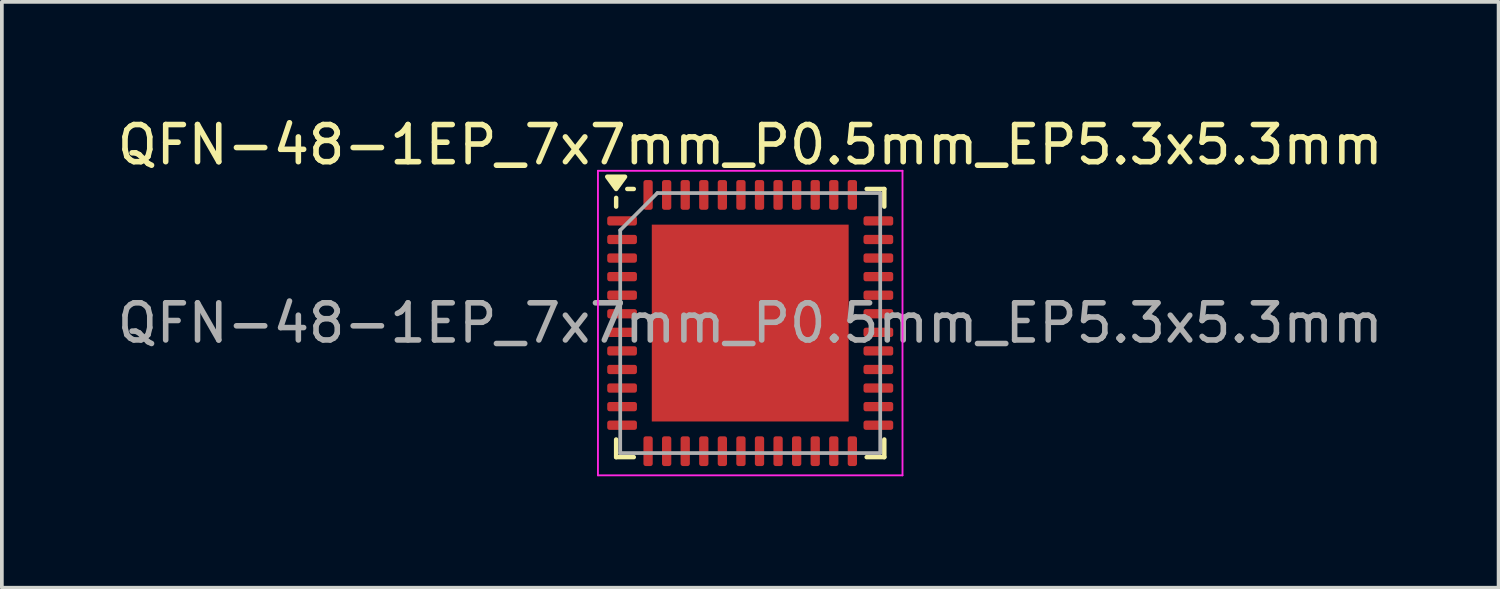
<source format=kicad_pcb>
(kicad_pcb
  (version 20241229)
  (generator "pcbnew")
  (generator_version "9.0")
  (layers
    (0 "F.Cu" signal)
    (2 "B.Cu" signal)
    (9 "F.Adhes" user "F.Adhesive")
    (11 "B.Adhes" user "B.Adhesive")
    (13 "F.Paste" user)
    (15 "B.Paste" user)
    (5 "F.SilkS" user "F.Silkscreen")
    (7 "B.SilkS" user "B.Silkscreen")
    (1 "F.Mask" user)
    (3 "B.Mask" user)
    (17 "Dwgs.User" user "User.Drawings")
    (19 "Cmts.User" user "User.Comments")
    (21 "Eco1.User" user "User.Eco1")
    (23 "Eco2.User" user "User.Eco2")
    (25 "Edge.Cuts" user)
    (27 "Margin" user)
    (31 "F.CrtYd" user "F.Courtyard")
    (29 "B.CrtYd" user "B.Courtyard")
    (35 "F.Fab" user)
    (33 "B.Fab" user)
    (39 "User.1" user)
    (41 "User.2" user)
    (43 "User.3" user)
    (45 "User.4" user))
  (footprint "QFN-48-1EP_7x7mm_P0.5mm_EP5.3x5.3mm"
    (layer "F.Cu")
    (at 17.149 5.648)
    (property "Reference" "QFN-48-1EP_7x7mm_P0.5mm_EP5.3x5.3mm" (at 0 -4.8 0) (layer "F.SilkS") (effects (font (size 1 1) (thickness 0.15))))
    (attr smd)
    (fp_line (start -3.61 -3.135) (end -3.61 -3.37) (stroke (width 0.12) (type solid)) (layer "F.SilkS"))
    (fp_line (start -3.61 3.61) (end -3.61 3.135) (stroke (width 0.12) (type solid)) (layer "F.SilkS"))
    (fp_line (start -3.135 -3.61) (end -3.31 -3.61) (stroke (width 0.12) (type solid)) (layer "F.SilkS"))
    (fp_line (start -3.135 3.61) (end -3.61 3.61) (stroke (width 0.12) (type solid)) (layer "F.SilkS"))
    (fp_line (start 3.135 -3.61) (end 3.61 -3.61) (stroke (width 0.12) (type solid)) (layer "F.SilkS"))
    (fp_line (start 3.135 3.61) (end 3.61 3.61) (stroke (width 0.12) (type solid)) (layer "F.SilkS"))
    (fp_line (start 3.61 -3.61) (end 3.61 -3.135) (stroke (width 0.12) (type solid)) (layer "F.SilkS"))
    (fp_line (start 3.61 3.61) (end 3.61 3.135) (stroke (width 0.12) (type solid)) (layer "F.SilkS"))
    (fp_poly (pts (xy -3.61 -3.61) (xy -3.85 -3.94) (xy -3.37 -3.94) (xy -3.61 -3.61)) (stroke (width 0.12) (type solid)) (fill yes) (layer "F.SilkS"))
    (fp_line (start -4.1 -4.1) (end -4.1 4.1) (stroke (width 0.05) (type solid)) (layer "F.CrtYd"))
    (fp_line (start -4.1 4.1) (end 4.1 4.1) (stroke (width 0.05) (type solid)) (layer "F.CrtYd"))
    (fp_line (start 4.1 -4.1) (end -4.1 -4.1) (stroke (width 0.05) (type solid)) (layer "F.CrtYd"))
    (fp_line (start 4.1 4.1) (end 4.1 -4.1) (stroke (width 0.05) (type solid)) (layer "F.CrtYd"))
    (fp_line (start -3.5 -2.5) (end -2.5 -3.5) (stroke (width 0.1) (type solid)) (layer "F.Fab"))
    (fp_line (start -3.5 3.5) (end -3.5 -2.5) (stroke (width 0.1) (type solid)) (layer "F.Fab"))
    (fp_line (start -2.5 -3.5) (end 3.5 -3.5) (stroke (width 0.1) (type solid)) (layer "F.Fab"))
    (fp_line (start 3.5 -3.5) (end 3.5 3.5) (stroke (width 0.1) (type solid)) (layer "F.Fab"))
    (fp_line (start 3.5 3.5) (end -3.5 3.5) (stroke (width 0.1) (type solid)) (layer "F.Fab"))
    (fp_text user "${REFERENCE}" (at 0 0 0) (layer "F.Fab") (effects (font (size 1 1) (thickness 0.15))))
    (pad "" smd roundrect (at -1.98 -1.98) (size 1.07 1.07) (layers "F.Paste") (roundrect_rratio 0.234))
    (pad "" smd roundrect (at -1.98 -0.66) (size 1.07 1.07) (layers "F.Paste") (roundrect_rratio 0.234))
    (pad "" smd roundrect (at -1.98 0.66) (size 1.07 1.07) (layers "F.Paste") (roundrect_rratio 0.234))
    (pad "" smd roundrect (at -1.98 1.98) (size 1.07 1.07) (layers "F.Paste") (roundrect_rratio 0.234))
    (pad "" smd roundrect (at -0.66 -1.98) (size 1.07 1.07) (layers "F.Paste") (roundrect_rratio 0.234))
    (pad "" smd roundrect (at -0.66 -0.66) (size 1.07 1.07) (layers "F.Paste") (roundrect_rratio 0.234))
    (pad "" smd roundrect (at -0.66 0.66) (size 1.07 1.07) (layers "F.Paste") (roundrect_rratio 0.234))
    (pad "" smd roundrect (at -0.66 1.98) (size 1.07 1.07) (layers "F.Paste") (roundrect_rratio 0.234))
    (pad "" smd roundrect (at 0.66 -1.98) (size 1.07 1.07) (layers "F.Paste") (roundrect_rratio 0.234))
    (pad "" smd roundrect (at 0.66 -0.66) (size 1.07 1.07) (layers "F.Paste") (roundrect_rratio 0.234))
    (pad "" smd roundrect (at 0.66 0.66) (size 1.07 1.07) (layers "F.Paste") (roundrect_rratio 0.234))
    (pad "" smd roundrect (at 0.66 1.98) (size 1.07 1.07) (layers "F.Paste") (roundrect_rratio 0.234))
    (pad "" smd roundrect (at 1.98 -1.98) (size 1.07 1.07) (layers "F.Paste") (roundrect_rratio 0.234))
    (pad "" smd roundrect (at 1.98 -0.66) (size 1.07 1.07) (layers "F.Paste") (roundrect_rratio 0.234))
    (pad "" smd roundrect (at 1.98 0.66) (size 1.07 1.07) (layers "F.Paste") (roundrect_rratio 0.234))
    (pad "" smd roundrect (at 1.98 1.98) (size 1.07 1.07) (layers "F.Paste") (roundrect_rratio 0.234))
    (pad "1" smd roundrect (at -3.45 -2.75) (size 0.8 0.25) (layers "F.Cu" "F.Mask" "F.Paste") (roundrect_rratio 0.25))
    (pad "2" smd roundrect (at -3.45 -2.25) (size 0.8 0.25) (layers "F.Cu" "F.Mask" "F.Paste") (roundrect_rratio 0.25))
    (pad "3" smd roundrect (at -3.45 -1.75) (size 0.8 0.25) (layers "F.Cu" "F.Mask" "F.Paste") (roundrect_rratio 0.25))
    (pad "4" smd roundrect (at -3.45 -1.25) (size 0.8 0.25) (layers "F.Cu" "F.Mask" "F.Paste") (roundrect_rratio 0.25))
    (pad "5" smd roundrect (at -3.45 -0.75) (size 0.8 0.25) (layers "F.Cu" "F.Mask" "F.Paste") (roundrect_rratio 0.25))
    (pad "6" smd roundrect (at -3.45 -0.25) (size 0.8 0.25) (layers "F.Cu" "F.Mask" "F.Paste") (roundrect_rratio 0.25))
    (pad "7" smd roundrect (at -3.45 0.25) (size 0.8 0.25) (layers "F.Cu" "F.Mask" "F.Paste") (roundrect_rratio 0.25))
    (pad "8" smd roundrect (at -3.45 0.75) (size 0.8 0.25) (layers "F.Cu" "F.Mask" "F.Paste") (roundrect_rratio 0.25))
    (pad "9" smd roundrect (at -3.45 1.25) (size 0.8 0.25) (layers "F.Cu" "F.Mask" "F.Paste") (roundrect_rratio 0.25))
    (pad "10" smd roundrect (at -3.45 1.75) (size 0.8 0.25) (layers "F.Cu" "F.Mask" "F.Paste") (roundrect_rratio 0.25))
    (pad "11" smd roundrect (at -3.45 2.25) (size 0.8 0.25) (layers "F.Cu" "F.Mask" "F.Paste") (roundrect_rratio 0.25))
    (pad "12" smd roundrect (at -3.45 2.75) (size 0.8 0.25) (layers "F.Cu" "F.Mask" "F.Paste") (roundrect_rratio 0.25))
    (pad "13" smd roundrect (at -2.75 3.45) (size 0.25 0.8) (layers "F.Cu" "F.Mask" "F.Paste") (roundrect_rratio 0.25))
    (pad "14" smd roundrect (at -2.25 3.45) (size 0.25 0.8) (layers "F.Cu" "F.Mask" "F.Paste") (roundrect_rratio 0.25))
    (pad "15" smd roundrect (at -1.75 3.45) (size 0.25 0.8) (layers "F.Cu" "F.Mask" "F.Paste") (roundrect_rratio 0.25))
    (pad "16" smd roundrect (at -1.25 3.45) (size 0.25 0.8) (layers "F.Cu" "F.Mask" "F.Paste") (roundrect_rratio 0.25))
    (pad "17" smd roundrect (at -0.75 3.45) (size 0.25 0.8) (layers "F.Cu" "F.Mask" "F.Paste") (roundrect_rratio 0.25))
    (pad "18" smd roundrect (at -0.25 3.45) (size 0.25 0.8) (layers "F.Cu" "F.Mask" "F.Paste") (roundrect_rratio 0.25))
    (pad "19" smd roundrect (at 0.25 3.45) (size 0.25 0.8) (layers "F.Cu" "F.Mask" "F.Paste") (roundrect_rratio 0.25))
    (pad "20" smd roundrect (at 0.75 3.45) (size 0.25 0.8) (layers "F.Cu" "F.Mask" "F.Paste") (roundrect_rratio 0.25))
    (pad "21" smd roundrect (at 1.25 3.45) (size 0.25 0.8) (layers "F.Cu" "F.Mask" "F.Paste") (roundrect_rratio 0.25))
    (pad "22" smd roundrect (at 1.75 3.45) (size 0.25 0.8) (layers "F.Cu" "F.Mask" "F.Paste") (roundrect_rratio 0.25))
    (pad "23" smd roundrect (at 2.25 3.45) (size 0.25 0.8) (layers "F.Cu" "F.Mask" "F.Paste") (roundrect_rratio 0.25))
    (pad "24" smd roundrect (at 2.75 3.45) (size 0.25 0.8) (layers "F.Cu" "F.Mask" "F.Paste") (roundrect_rratio 0.25))
    (pad "25" smd roundrect (at 3.45 2.75) (size 0.8 0.25) (layers "F.Cu" "F.Mask" "F.Paste") (roundrect_rratio 0.25))
    (pad "26" smd roundrect (at 3.45 2.25) (size 0.8 0.25) (layers "F.Cu" "F.Mask" "F.Paste") (roundrect_rratio 0.25))
    (pad "27" smd roundrect (at 3.45 1.75) (size 0.8 0.25) (layers "F.Cu" "F.Mask" "F.Paste") (roundrect_rratio 0.25))
    (pad "28" smd roundrect (at 3.45 1.25) (size 0.8 0.25) (layers "F.Cu" "F.Mask" "F.Paste") (roundrect_rratio 0.25))
    (pad "29" smd roundrect (at 3.45 0.75) (size 0.8 0.25) (layers "F.Cu" "F.Mask" "F.Paste") (roundrect_rratio 0.25))
    (pad "30" smd roundrect (at 3.45 0.25) (size 0.8 0.25) (layers "F.Cu" "F.Mask" "F.Paste") (roundrect_rratio 0.25))
    (pad "31" smd roundrect (at 3.45 -0.25) (size 0.8 0.25) (layers "F.Cu" "F.Mask" "F.Paste") (roundrect_rratio 0.25))
    (pad "32" smd roundrect (at 3.45 -0.75) (size 0.8 0.25) (layers "F.Cu" "F.Mask" "F.Paste") (roundrect_rratio 0.25))
    (pad "33" smd roundrect (at 3.45 -1.25) (size 0.8 0.25) (layers "F.Cu" "F.Mask" "F.Paste") (roundrect_rratio 0.25))
    (pad "34" smd roundrect (at 3.45 -1.75) (size 0.8 0.25) (layers "F.Cu" "F.Mask" "F.Paste") (roundrect_rratio 0.25))
    (pad "35" smd roundrect (at 3.45 -2.25) (size 0.8 0.25) (layers "F.Cu" "F.Mask" "F.Paste") (roundrect_rratio 0.25))
    (pad "36" smd roundrect (at 3.45 -2.75) (size 0.8 0.25) (layers "F.Cu" "F.Mask" "F.Paste") (roundrect_rratio 0.25))
    (pad "37" smd roundrect (at 2.75 -3.45) (size 0.25 0.8) (layers "F.Cu" "F.Mask" "F.Paste") (roundrect_rratio 0.25))
    (pad "38" smd roundrect (at 2.25 -3.45) (size 0.25 0.8) (layers "F.Cu" "F.Mask" "F.Paste") (roundrect_rratio 0.25))
    (pad "39" smd roundrect (at 1.75 -3.45) (size 0.25 0.8) (layers "F.Cu" "F.Mask" "F.Paste") (roundrect_rratio 0.25))
    (pad "40" smd roundrect (at 1.25 -3.45) (size 0.25 0.8) (layers "F.Cu" "F.Mask" "F.Paste") (roundrect_rratio 0.25))
    (pad "41" smd roundrect (at 0.75 -3.45) (size 0.25 0.8) (layers "F.Cu" "F.Mask" "F.Paste") (roundrect_rratio 0.25))
    (pad "42" smd roundrect (at 0.25 -3.45) (size 0.25 0.8) (layers "F.Cu" "F.Mask" "F.Paste") (roundrect_rratio 0.25))
    (pad "43" smd roundrect (at -0.25 -3.45) (size 0.25 0.8) (layers "F.Cu" "F.Mask" "F.Paste") (roundrect_rratio 0.25))
    (pad "44" smd roundrect (at -0.75 -3.45) (size 0.25 0.8) (layers "F.Cu" "F.Mask" "F.Paste") (roundrect_rratio 0.25))
    (pad "45" smd roundrect (at -1.25 -3.45) (size 0.25 0.8) (layers "F.Cu" "F.Mask" "F.Paste") (roundrect_rratio 0.25))
    (pad "46" smd roundrect (at -1.75 -3.45) (size 0.25 0.8) (layers "F.Cu" "F.Mask" "F.Paste") (roundrect_rratio 0.25))
    (pad "47" smd roundrect (at -2.25 -3.45) (size 0.25 0.8) (layers "F.Cu" "F.Mask" "F.Paste") (roundrect_rratio 0.25))
    (pad "48" smd roundrect (at -2.75 -3.45) (size 0.25 0.8) (layers "F.Cu" "F.Mask" "F.Paste") (roundrect_rratio 0.25))
    (pad "49" smd rect (at 0 0) (size 5.3 5.3) (property pad_prop_heatsink) (layers "F.Cu" "F.Mask")))
  (gr_rect
    (start -3 -3)
    (end 37.298 12.773)
    (stroke (width 0.1) (type default))
    (fill no)
    (layer "Edge.Cuts")))
</source>
